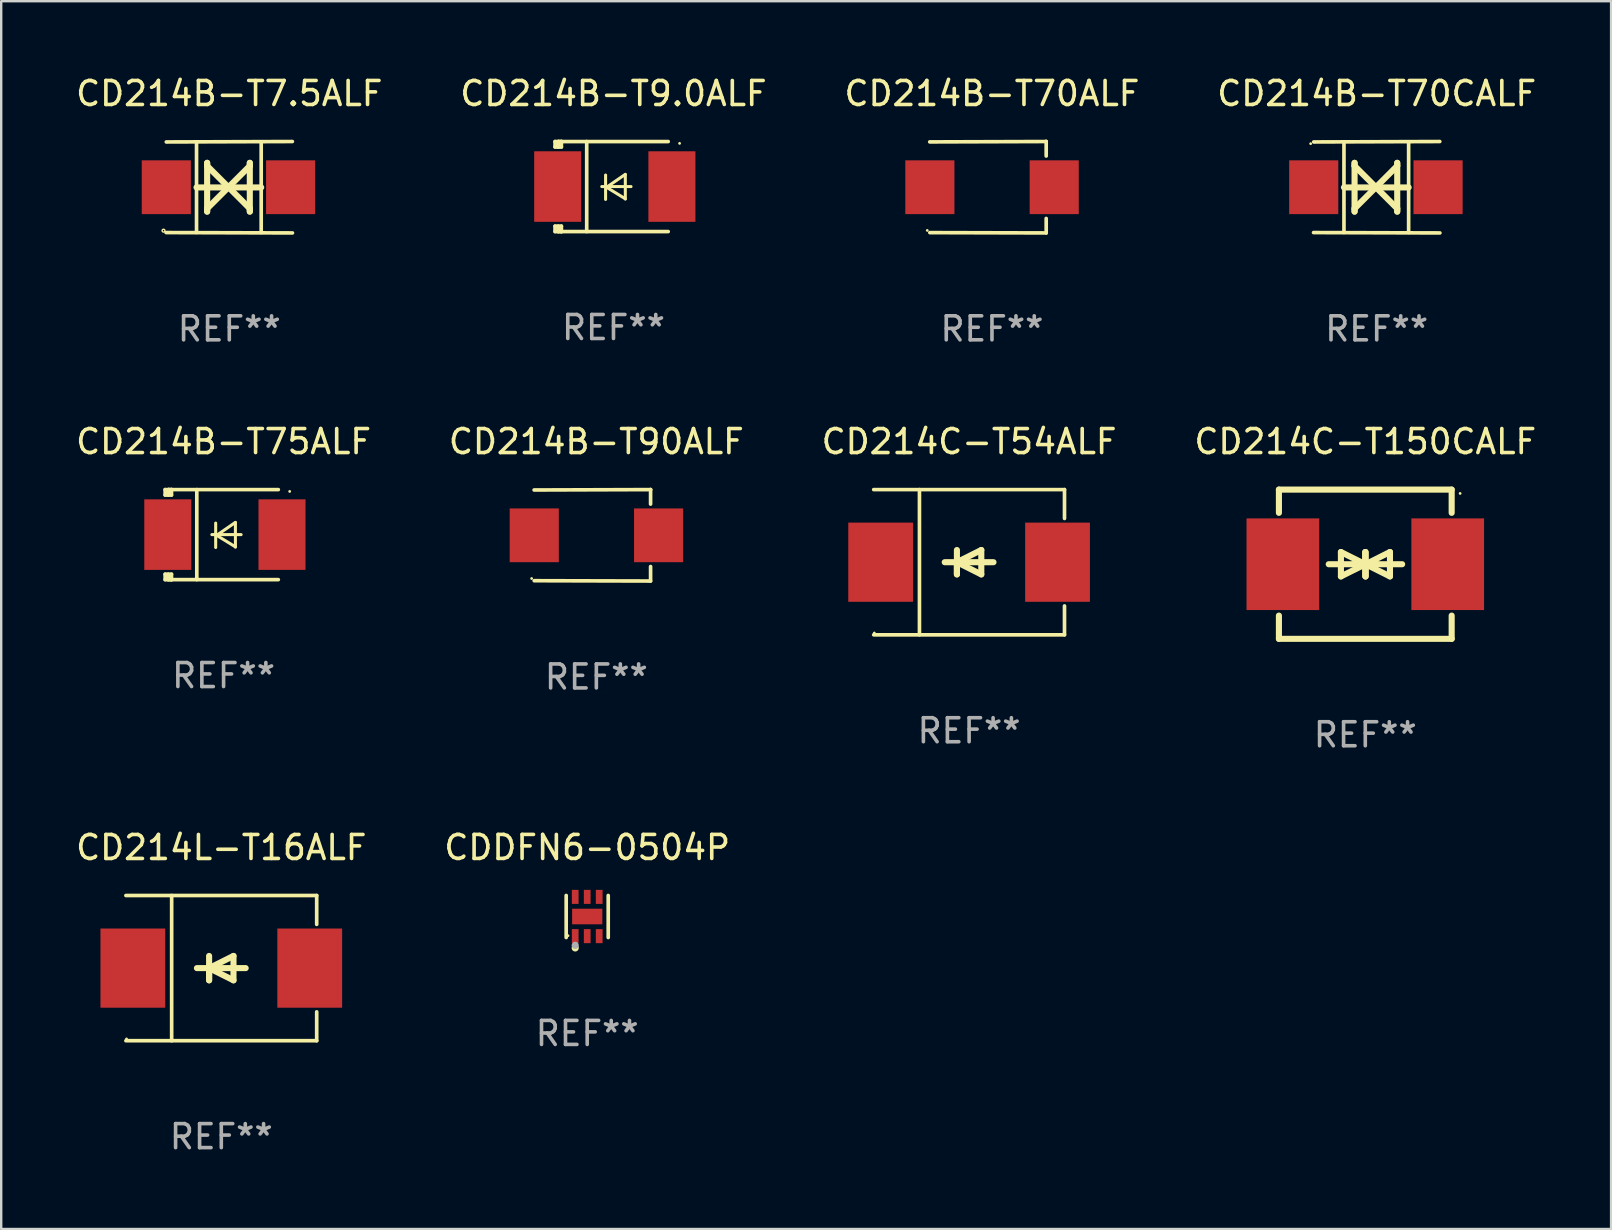
<source format=kicad_pcb>
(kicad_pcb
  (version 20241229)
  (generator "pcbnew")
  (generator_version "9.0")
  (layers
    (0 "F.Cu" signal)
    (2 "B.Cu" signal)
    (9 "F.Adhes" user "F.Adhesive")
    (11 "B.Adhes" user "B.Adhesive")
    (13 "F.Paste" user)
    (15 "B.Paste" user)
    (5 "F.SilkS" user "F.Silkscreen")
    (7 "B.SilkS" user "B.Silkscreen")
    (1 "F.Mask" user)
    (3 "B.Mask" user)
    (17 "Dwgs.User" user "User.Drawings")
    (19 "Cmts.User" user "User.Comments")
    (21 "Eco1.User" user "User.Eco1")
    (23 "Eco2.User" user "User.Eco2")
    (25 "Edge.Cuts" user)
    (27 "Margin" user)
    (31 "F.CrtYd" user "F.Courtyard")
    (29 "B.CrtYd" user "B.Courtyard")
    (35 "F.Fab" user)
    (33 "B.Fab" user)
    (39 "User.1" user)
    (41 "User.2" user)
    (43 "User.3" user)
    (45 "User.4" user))
  (footprint "CD214B-T75ALF"
    (layer "F.Cu")
    (at 6.268 19.231)
    (property "Reference" "CD214B-T75ALF" (at 0 -3.876 0) (layer "F.SilkS") (effects (font (size 1 1) (thickness 0.15))))
    (attr through_hole)
    (fp_line (start -2.435 1.65) (end -2.171 1.65) (stroke (width 0.152) (type solid)) (layer "F.SilkS"))
    (fp_line (start -2.435 1.876) (end -2.435 1.65) (stroke (width 0.152) (type solid)) (layer "F.SilkS"))
    (fp_line (start -2.435 -1.876) (end -2.171 -1.876) (stroke (width 0.152) (type solid)) (layer "F.SilkS"))
    (fp_line (start -2.435 -1.65) (end -2.435 -1.876) (stroke (width 0.152) (type solid)) (layer "F.SilkS"))
    (fp_line (start -2.305 -1.866) (end -2.295 -1.876) (stroke (width 0.152) (type solid)) (layer "F.SilkS"))
    (fp_line (start -2.305 -1.65) (end -2.305 -1.866) (stroke (width 0.152) (type solid)) (layer "F.SilkS"))
    (fp_line (start -2.305 1.876) (end -2.305 1.65) (stroke (width 0.152) (type solid)) (layer "F.SilkS"))
    (fp_line (start -2.295 -1.876) (end -2.295 -1.65) (stroke (width 0.152) (type solid)) (layer "F.SilkS"))
    (fp_line (start -2.171 1.876) (end -2.435 1.876) (stroke (width 0.152) (type solid)) (layer "F.SilkS"))
    (fp_line (start -2.171 -1.65) (end -2.435 -1.65) (stroke (width 0.152) (type solid)) (layer "F.SilkS"))
    (fp_line (start -2.171 -1.876) (end -2.295 -1.876) (stroke (width 0.152) (type solid)) (layer "F.SilkS"))
    (fp_line (start -2.171 -1.65) (end -2.171 -1.876) (stroke (width 0.152) (type solid)) (layer "F.SilkS"))
    (fp_line (start -2.171 1.876) (end -2.305 1.876) (stroke (width 0.152) (type solid)) (layer "F.SilkS"))
    (fp_line (start -2.171 1.876) (end -2.171 1.65) (stroke (width 0.152) (type solid)) (layer "F.SilkS"))
    (fp_line (start -1.116 1.876) (end -1.116 -1.876) (stroke (width 0.152) (type solid)) (layer "F.SilkS"))
    (fp_line (start -0.488 0.000102) (end 0.731 0.000102) (stroke (width 0.127) (type solid)) (layer "F.SilkS"))
    (fp_line (start -0.329 -0.48) (end -0.329 0.536) (stroke (width 0.127) (type solid)) (layer "F.SilkS"))
    (fp_line (start -0.29 0.03) (end 0.493 0.51) (stroke (width 0.127) (type solid)) (layer "F.SilkS"))
    (fp_line (start 0.493 -0.51) (end -0.29 0.03) (stroke (width 0.127) (type solid)) (layer "F.SilkS"))
    (fp_line (start 0.493 0.52) (end 0.493 -0.496) (stroke (width 0.127) (type solid)) (layer "F.SilkS"))
    (fp_line (start 2.281 -1.876) (end -2.171 -1.876) (stroke (width 0.152) (type solid)) (layer "F.SilkS"))
    (fp_line (start 2.281 1.876) (end -2.171 1.876) (stroke (width 0.152) (type solid)) (layer "F.SilkS"))
    (fp_circle (center 2.755 -1.8) (end 2.785 -1.8) (stroke (width 0.06) (type solid)) (fill no) (layer "F.SilkS"))
    (fp_text user "REF**" (at 0 5.876 0) (layer "F.Fab") (effects (font (size 1 1) (thickness 0.15))))
    (pad "1" smd rect (at 2.435 -0.000025 180) (size 1.96 2.94) (layers "F.Cu" "F.Mask" "F.Paste"))
    (pad "2" smd rect (at -2.325 -0.000025 180) (size 1.96 2.94) (layers "F.Cu" "F.Mask" "F.Paste")))
  (footprint "CD214C-T54ALF"
    (layer "F.Cu")
    (at 37.339 20.381)
    (property "Reference" "CD214C-T54ALF" (at 0 -5.026 0) (layer "F.SilkS") (effects (font (size 1 1) (thickness 0.15))))
    (attr through_hole)
    (fp_line (start -3.976 -3.026) (end 3.976 -3.026) (stroke (width 0.152) (type solid)) (layer "F.SilkS"))
    (fp_line (start -3.976 3.026) (end 3.976 3.026) (stroke (width 0.152) (type solid)) (layer "F.SilkS"))
    (fp_line (start -2.069 -3.026) (end -2.069 3.026) (stroke (width 0.152) (type solid)) (layer "F.SilkS"))
    (fp_line (start -0.508 0) (end -0.508 0.508) (stroke (width 0.254) (type solid)) (layer "F.SilkS"))
    (fp_line (start -0.508 0) (end 0.508 0.508) (stroke (width 0.254) (type solid)) (layer "F.SilkS"))
    (fp_line (start -0.508 0.508) (end -0.508 -0.508) (stroke (width 0.254) (type solid)) (layer "F.SilkS"))
    (fp_line (start 0.508 -0.508) (end -0.508 0) (stroke (width 0.254) (type solid)) (layer "F.SilkS"))
    (fp_line (start 0.508 0.508) (end 0.508 -0.508) (stroke (width 0.254) (type solid)) (layer "F.SilkS"))
    (fp_line (start 1.016 0) (end -1.016 0) (stroke (width 0.254) (type solid)) (layer "F.SilkS"))
    (fp_line (start 3.976 -3.026) (end 3.976 -1.823) (stroke (width 0.152) (type solid)) (layer "F.SilkS"))
    (fp_line (start 3.976 3.026) (end 3.976 1.823) (stroke (width 0.152) (type solid)) (layer "F.SilkS"))
    (fp_circle (center -3.95 2.95) (end -3.92 2.95) (stroke (width 0.06) (type solid)) (fill no) (layer "F.SilkS"))
    (fp_text user "REF**" (at 0 7.026 0) (layer "F.Fab") (effects (font (size 1 1) (thickness 0.15))))
    (pad "1" smd rect (at -3.686 0) (size 2.7 3.3) (layers "F.Cu" "F.Mask" "F.Paste"))
    (pad "2" smd rect (at 3.686 0) (size 2.7 3.3) (layers "F.Cu" "F.Mask" "F.Paste")))
  (footprint "CD214B-T7.5ALF"
    (layer "F.Cu")
    (at 6.506 4.753)
    (property "Reference" "CD214B-T7.5ALF" (at 0 -3.905 0) (layer "F.SilkS") (effects (font (size 1 1) (thickness 0.15))))
    (attr through_hole)
    (fp_line (start -1.365 1.886) (end -1.365 -1.886) (stroke (width 0.152) (type solid)) (layer "F.SilkS"))
    (fp_line (start -1.365 0.008) (end 1.33 0.008) (stroke (width 0.254) (type solid)) (layer "F.SilkS"))
    (fp_line (start -0.923 -1.016) (end -0.923 1.016) (stroke (width 0.254) (type solid)) (layer "F.SilkS"))
    (fp_line (start -0.923 -0.889) (end -0.923 -1.016) (stroke (width 0.254) (type solid)) (layer "F.SilkS"))
    (fp_line (start -0.923 0.889) (end -0.034 0) (stroke (width 0.254) (type solid)) (layer "F.SilkS"))
    (fp_line (start -0.923 1.016) (end -0.923 0.889) (stroke (width 0.254) (type solid)) (layer "F.SilkS"))
    (fp_line (start -0.034 0) (end -0.923 -0.889) (stroke (width 0.254) (type solid)) (layer "F.SilkS"))
    (fp_line (start -0.034 0) (end 0.855 0.889) (stroke (width 0.254) (type solid)) (layer "F.SilkS"))
    (fp_line (start 0.855 -1.016) (end 0.855 -0.889) (stroke (width 0.254) (type solid)) (layer "F.SilkS"))
    (fp_line (start 0.855 -0.889) (end -0.034 0) (stroke (width 0.254) (type solid)) (layer "F.SilkS"))
    (fp_line (start 0.855 0.889) (end 0.855 1.016) (stroke (width 0.254) (type solid)) (layer "F.SilkS"))
    (fp_line (start 0.855 1.016) (end 0.855 -1.016) (stroke (width 0.254) (type solid)) (layer "F.SilkS"))
    (fp_line (start 1.33 1.886) (end 1.33 -1.886) (stroke (width 0.152) (type solid)) (layer "F.SilkS"))
    (fp_line (start 2.629 -1.905) (end -2.625 -1.887) (stroke (width 0.152) (type solid)) (layer "F.SilkS"))
    (fp_line (start 2.633 1.905) (end -2.633 1.89) (stroke (width 0.152) (type solid)) (layer "F.SilkS"))
    (fp_circle (center -2.741 1.81) (end -2.712 1.81) (stroke (width 0.06) (type solid)) (fill no) (layer "F.SilkS"))
    (fp_text user "REF**" (at 0 5.905 0) (layer "F.Fab") (effects (font (size 1 1) (thickness 0.15))))
    (pad "1" smd rect (at -2.625 0) (size 2.047 2.241) (layers "F.Cu" "F.Mask" "F.Paste"))
    (pad "2" smd rect (at 2.557 0) (size 2.047 2.241) (layers "F.Cu" "F.Mask" "F.Paste")))
  (footprint "CD214C-T150CALF"
    (layer "F.Cu")
    (at 53.851 20.465)
    (property "Reference" "CD214C-T150CALF" (at 0 -5.11 0) (layer "F.SilkS") (effects (font (size 1 1) (thickness 0.15))))
    (attr through_hole)
    (fp_line (start -3.6 -2.141) (end -3.6 -3.11) (stroke (width 0.254) (type solid)) (layer "F.SilkS"))
    (fp_line (start -3.6 3.11) (end -3.6 2.141) (stroke (width 0.254) (type solid)) (layer "F.SilkS"))
    (fp_line (start -1.524 0) (end 0.508 0) (stroke (width 0.254) (type solid)) (layer "F.SilkS"))
    (fp_line (start -1.016 -0.508) (end -1.016 0.508) (stroke (width 0.254) (type solid)) (layer "F.SilkS"))
    (fp_line (start -1.016 0.508) (end 0 0) (stroke (width 0.254) (type solid)) (layer "F.SilkS"))
    (fp_line (start 0 -0.508) (end 0 0.508) (stroke (width 0.254) (type solid)) (layer "F.SilkS"))
    (fp_line (start 0 0) (end -1.016 -0.508) (stroke (width 0.254) (type solid)) (layer "F.SilkS"))
    (fp_line (start 0 0) (end 0 -0.508) (stroke (width 0.254) (type solid)) (layer "F.SilkS"))
    (fp_line (start 0.012 0) (end 0.012 0.508) (stroke (width 0.254) (type solid)) (layer "F.SilkS"))
    (fp_line (start 0.012 0) (end 1.028 0.508) (stroke (width 0.254) (type solid)) (layer "F.SilkS"))
    (fp_line (start 0.012 0.508) (end 0.012 -0.508) (stroke (width 0.254) (type solid)) (layer "F.SilkS"))
    (fp_line (start 1.028 -0.508) (end 0.012 0) (stroke (width 0.254) (type solid)) (layer "F.SilkS"))
    (fp_line (start 1.028 0.508) (end 1.028 -0.508) (stroke (width 0.254) (type solid)) (layer "F.SilkS"))
    (fp_line (start 1.536 0) (end -0.496 0) (stroke (width 0.254) (type solid)) (layer "F.SilkS"))
    (fp_line (start 3.6 -3.11) (end -3.6 -3.11) (stroke (width 0.254) (type solid)) (layer "F.SilkS"))
    (fp_line (start 3.6 -2.141) (end 3.6 -3.11) (stroke (width 0.254) (type solid)) (layer "F.SilkS"))
    (fp_line (start 3.6 3.11) (end -3.6 3.11) (stroke (width 0.254) (type solid)) (layer "F.SilkS"))
    (fp_line (start 3.6 3.11) (end 3.6 2.141) (stroke (width 0.254) (type solid)) (layer "F.SilkS"))
    (fp_circle (center 3.952 -2.95) (end 3.982 -2.95) (stroke (width 0.06) (type solid)) (fill no) (layer "F.SilkS"))
    (fp_text user "REF**" (at 0 7.11 0) (layer "F.Fab") (effects (font (size 1 1) (thickness 0.15))))
    (pad "1" smd rect (at 3.435 0) (size 3.03 3.82) (layers "F.Cu" "F.Mask" "F.Paste"))
    (pad "2" smd rect (at -3.435 0) (size 3.03 3.82) (layers "F.Cu" "F.Mask" "F.Paste")))
  (footprint "CD214B-T70CALF"
    (layer "F.Cu")
    (at 54.327 4.753)
    (property "Reference" "CD214B-T70CALF" (at 0 -3.905 0) (layer "F.SilkS") (effects (font (size 1 1) (thickness 0.15))))
    (attr through_hole)
    (fp_line (start -1.365 1.886) (end -1.365 -1.886) (stroke (width 0.152) (type solid)) (layer "F.SilkS"))
    (fp_line (start -1.365 0.008) (end 1.33 0.008) (stroke (width 0.254) (type solid)) (layer "F.SilkS"))
    (fp_line (start -0.923 -1.016) (end -0.923 1.016) (stroke (width 0.254) (type solid)) (layer "F.SilkS"))
    (fp_line (start -0.923 -0.889) (end -0.923 -1.016) (stroke (width 0.254) (type solid)) (layer "F.SilkS"))
    (fp_line (start -0.923 0.889) (end -0.034 0) (stroke (width 0.254) (type solid)) (layer "F.SilkS"))
    (fp_line (start -0.923 1.016) (end -0.923 0.889) (stroke (width 0.254) (type solid)) (layer "F.SilkS"))
    (fp_line (start -0.034 0) (end -0.923 -0.889) (stroke (width 0.254) (type solid)) (layer "F.SilkS"))
    (fp_line (start -0.034 0) (end 0.855 0.889) (stroke (width 0.254) (type solid)) (layer "F.SilkS"))
    (fp_line (start 0.855 -1.016) (end 0.855 -0.889) (stroke (width 0.254) (type solid)) (layer "F.SilkS"))
    (fp_line (start 0.855 -0.889) (end -0.034 0) (stroke (width 0.254) (type solid)) (layer "F.SilkS"))
    (fp_line (start 0.855 0.889) (end 0.855 1.016) (stroke (width 0.254) (type solid)) (layer "F.SilkS"))
    (fp_line (start 0.855 1.016) (end 0.855 -1.016) (stroke (width 0.254) (type solid)) (layer "F.SilkS"))
    (fp_line (start 1.33 1.886) (end 1.33 -1.886) (stroke (width 0.152) (type solid)) (layer "F.SilkS"))
    (fp_line (start 2.629 -1.905) (end -2.625 -1.887) (stroke (width 0.152) (type solid)) (layer "F.SilkS"))
    (fp_line (start 2.633 1.905) (end -2.633 1.89) (stroke (width 0.152) (type solid)) (layer "F.SilkS"))
    (fp_circle (center -2.753 -1.816) (end -2.723 -1.816) (stroke (width 0.06) (type solid)) (fill no) (layer "F.SilkS"))
    (fp_text user "REF**" (at 0 5.905 0) (layer "F.Fab") (effects (font (size 1 1) (thickness 0.15))))
    (pad "1" smd rect (at -2.625 0) (size 2.047 2.241) (layers "F.Cu" "F.Mask" "F.Paste"))
    (pad "2" smd rect (at 2.557 0) (size 2.047 2.241) (layers "F.Cu" "F.Mask" "F.Paste")))
  (footprint "CD214B-T70ALF"
    (layer "F.Cu")
    (at 38.292 4.753)
    (property "Reference" "CD214B-T70ALF" (at 0 -3.905 0) (layer "F.SilkS") (effects (font (size 1 1) (thickness 0.15))))
    (attr through_hole)
    (fp_line (start 2.256 -1.905) (end -2.594 -1.889) (stroke (width 0.152) (type solid)) (layer "F.SilkS"))
    (fp_line (start 2.256 -1.905) (end 2.26 -1.905) (stroke (width 0.152) (type solid)) (layer "F.SilkS"))
    (fp_line (start 2.26 -1.905) (end 2.26 -1.301) (stroke (width 0.152) (type solid)) (layer "F.SilkS"))
    (fp_line (start 2.26 1.301) (end 2.26 1.905) (stroke (width 0.152) (type solid)) (layer "F.SilkS"))
    (fp_line (start 2.26 1.905) (end -2.59 1.892) (stroke (width 0.152) (type solid)) (layer "F.SilkS"))
    (fp_circle (center -2.697 1.8) (end -2.667 1.8) (stroke (width 0.06) (type solid)) (fill no) (layer "F.SilkS"))
    (fp_text user "REF**" (at 0 5.905 0) (layer "F.Fab") (effects (font (size 1 1) (thickness 0.15))))
    (pad "1" smd rect (at -2.588 0) (size 2.047 2.241) (layers "F.Cu" "F.Mask" "F.Paste"))
    (pad "2" smd rect (at 2.594 0) (size 2.047 2.241) (layers "F.Cu" "F.Mask" "F.Paste")))
  (footprint "CD214L-T16ALF"
    (layer "F.Cu")
    (at 6.173 37.298)
    (property "Reference" "CD214L-T16ALF" (at 0 -5.026 0) (layer "F.SilkS") (effects (font (size 1 1) (thickness 0.15))))
    (attr through_hole)
    (fp_line (start -3.976 -3.026) (end 3.976 -3.026) (stroke (width 0.152) (type solid)) (layer "F.SilkS"))
    (fp_line (start -3.976 3.026) (end 3.976 3.026) (stroke (width 0.152) (type solid)) (layer "F.SilkS"))
    (fp_line (start -2.069 -3.026) (end -2.069 3.026) (stroke (width 0.152) (type solid)) (layer "F.SilkS"))
    (fp_line (start -0.508 0) (end -0.508 0.508) (stroke (width 0.254) (type solid)) (layer "F.SilkS"))
    (fp_line (start -0.508 0) (end 0.508 0.508) (stroke (width 0.254) (type solid)) (layer "F.SilkS"))
    (fp_line (start -0.508 0.508) (end -0.508 -0.508) (stroke (width 0.254) (type solid)) (layer "F.SilkS"))
    (fp_line (start 0.508 -0.508) (end -0.508 0) (stroke (width 0.254) (type solid)) (layer "F.SilkS"))
    (fp_line (start 0.508 0.508) (end 0.508 -0.508) (stroke (width 0.254) (type solid)) (layer "F.SilkS"))
    (fp_line (start 1.016 0) (end -1.016 0) (stroke (width 0.254) (type solid)) (layer "F.SilkS"))
    (fp_line (start 3.976 -3.026) (end 3.976 -1.823) (stroke (width 0.152) (type solid)) (layer "F.SilkS"))
    (fp_line (start 3.976 3.026) (end 3.976 1.823) (stroke (width 0.152) (type solid)) (layer "F.SilkS"))
    (fp_circle (center -3.95 2.95) (end -3.92 2.95) (stroke (width 0.06) (type solid)) (fill no) (layer "F.SilkS"))
    (fp_text user "REF**" (at 0 7.026 0) (layer "F.Fab") (effects (font (size 1 1) (thickness 0.15))))
    (pad "1" smd rect (at -3.686 0) (size 2.7 3.3) (layers "F.Cu" "F.Mask" "F.Paste"))
    (pad "2" smd rect (at 3.686 0) (size 2.7 3.3) (layers "F.Cu" "F.Mask" "F.Paste")))
  (footprint "CD214B-T9.0ALF"
    (layer "F.Cu")
    (at 22.518 4.725)
    (property "Reference" "CD214B-T9.0ALF" (at 0 -3.876 0) (layer "F.SilkS") (effects (font (size 1 1) (thickness 0.15))))
    (attr through_hole)
    (fp_line (start -2.435 1.65) (end -2.171 1.65) (stroke (width 0.152) (type solid)) (layer "F.SilkS"))
    (fp_line (start -2.435 1.876) (end -2.435 1.65) (stroke (width 0.152) (type solid)) (layer "F.SilkS"))
    (fp_line (start -2.435 -1.876) (end -2.171 -1.876) (stroke (width 0.152) (type solid)) (layer "F.SilkS"))
    (fp_line (start -2.435 -1.65) (end -2.435 -1.876) (stroke (width 0.152) (type solid)) (layer "F.SilkS"))
    (fp_line (start -2.305 -1.866) (end -2.295 -1.876) (stroke (width 0.152) (type solid)) (layer "F.SilkS"))
    (fp_line (start -2.305 -1.65) (end -2.305 -1.866) (stroke (width 0.152) (type solid)) (layer "F.SilkS"))
    (fp_line (start -2.305 1.876) (end -2.305 1.65) (stroke (width 0.152) (type solid)) (layer "F.SilkS"))
    (fp_line (start -2.295 -1.876) (end -2.295 -1.65) (stroke (width 0.152) (type solid)) (layer "F.SilkS"))
    (fp_line (start -2.171 1.876) (end -2.435 1.876) (stroke (width 0.152) (type solid)) (layer "F.SilkS"))
    (fp_line (start -2.171 -1.65) (end -2.435 -1.65) (stroke (width 0.152) (type solid)) (layer "F.SilkS"))
    (fp_line (start -2.171 -1.876) (end -2.295 -1.876) (stroke (width 0.152) (type solid)) (layer "F.SilkS"))
    (fp_line (start -2.171 -1.65) (end -2.171 -1.876) (stroke (width 0.152) (type solid)) (layer "F.SilkS"))
    (fp_line (start -2.171 1.876) (end -2.305 1.876) (stroke (width 0.152) (type solid)) (layer "F.SilkS"))
    (fp_line (start -2.171 1.876) (end -2.171 1.65) (stroke (width 0.152) (type solid)) (layer "F.SilkS"))
    (fp_line (start -1.116 1.876) (end -1.116 -1.876) (stroke (width 0.152) (type solid)) (layer "F.SilkS"))
    (fp_line (start -0.488 0.000102) (end 0.731 0.000102) (stroke (width 0.127) (type solid)) (layer "F.SilkS"))
    (fp_line (start -0.329 -0.48) (end -0.329 0.536) (stroke (width 0.127) (type solid)) (layer "F.SilkS"))
    (fp_line (start -0.29 0.03) (end 0.493 0.51) (stroke (width 0.127) (type solid)) (layer "F.SilkS"))
    (fp_line (start 0.493 -0.51) (end -0.29 0.03) (stroke (width 0.127) (type solid)) (layer "F.SilkS"))
    (fp_line (start 0.493 0.52) (end 0.493 -0.496) (stroke (width 0.127) (type solid)) (layer "F.SilkS"))
    (fp_line (start 2.281 -1.876) (end -2.171 -1.876) (stroke (width 0.152) (type solid)) (layer "F.SilkS"))
    (fp_line (start 2.281 1.876) (end -2.171 1.876) (stroke (width 0.152) (type solid)) (layer "F.SilkS"))
    (fp_circle (center 2.755 -1.8) (end 2.785 -1.8) (stroke (width 0.06) (type solid)) (fill no) (layer "F.SilkS"))
    (fp_text user "REF**" (at 0 5.876 0) (layer "F.Fab") (effects (font (size 1 1) (thickness 0.15))))
    (pad "1" smd rect (at 2.435 -0.000025 180) (size 1.96 2.94) (layers "F.Cu" "F.Mask" "F.Paste"))
    (pad "2" smd rect (at -2.325 -0.000025 180) (size 1.96 2.94) (layers "F.Cu" "F.Mask" "F.Paste")))
  (footprint "CDDFN6-0504P"
    (layer "F.Cu")
    (at 21.423 35.147)
    (property "Reference" "CDDFN6-0504P" (at 0 -2.876 0) (layer "F.SilkS") (effects (font (size 1 1) (thickness 0.15))))
    (attr through_hole)
    (fp_line (start -0.876 0.876) (end -0.876 -0.876) (stroke (width 0.152) (type solid)) (layer "F.SilkS"))
    (fp_line (start 0.876 0.876) (end 0.876 -0.876) (stroke (width 0.152) (type solid)) (layer "F.SilkS"))
    (fp_circle (center -0.8 0.8) (end -0.77 0.8) (stroke (width 0.06) (type solid)) (fill no) (layer "F.SilkS"))
    (fp_circle (center -0.5 1.31) (end -0.425 1.31) (stroke (width 0.15) (type solid)) (fill no) (layer "F.SilkS"))
    (fp_circle (center -0.5 1.2) (end -0.425 1.2) (stroke (width 0.15) (type solid)) (fill no) (layer "F.Fab"))
    (fp_text user "REF**" (at 0 4.876 0) (layer "F.Fab") (effects (font (size 1 1) (thickness 0.15))))
    (pad "1" smd rect (at -0.5 0.818) (size 0.28 0.585) (layers "F.Cu" "F.Mask" "F.Paste"))
    (pad "2" smd rect (at 0 0.818) (size 0.28 0.585) (layers "F.Cu" "F.Mask" "F.Paste"))
    (pad "3" smd rect (at 0.5 0.818) (size 0.28 0.585) (layers "F.Cu" "F.Mask" "F.Paste"))
    (pad "4" smd rect (at 0.5 -0.818) (size 0.28 0.585) (layers "F.Cu" "F.Mask" "F.Paste"))
    (pad "5" smd rect (at 0 -0.818) (size 0.28 0.585) (layers "F.Cu" "F.Mask" "F.Paste"))
    (pad "6" smd rect (at -0.5 -0.818) (size 0.28 0.585) (layers "F.Cu" "F.Mask" "F.Paste"))
    (pad "7" smd rect (at 0 0) (size 1.26 0.65) (layers "F.Cu" "F.Mask" "F.Paste")))
  (footprint "CD214B-T90ALF"
    (layer "F.Cu")
    (at 21.804 19.26)
    (property "Reference" "CD214B-T90ALF" (at 0 -3.905 0) (layer "F.SilkS") (effects (font (size 1 1) (thickness 0.15))))
    (attr through_hole)
    (fp_line (start 2.256 -1.905) (end -2.594 -1.889) (stroke (width 0.152) (type solid)) (layer "F.SilkS"))
    (fp_line (start 2.256 -1.905) (end 2.26 -1.905) (stroke (width 0.152) (type solid)) (layer "F.SilkS"))
    (fp_line (start 2.26 -1.905) (end 2.26 -1.301) (stroke (width 0.152) (type solid)) (layer "F.SilkS"))
    (fp_line (start 2.26 1.301) (end 2.26 1.905) (stroke (width 0.152) (type solid)) (layer "F.SilkS"))
    (fp_line (start 2.26 1.905) (end -2.59 1.892) (stroke (width 0.152) (type solid)) (layer "F.SilkS"))
    (fp_circle (center -2.697 1.8) (end -2.667 1.8) (stroke (width 0.06) (type solid)) (fill no) (layer "F.SilkS"))
    (fp_text user "REF**" (at 0 5.905 0) (layer "F.Fab") (effects (font (size 1 1) (thickness 0.15))))
    (pad "1" smd rect (at -2.588 0) (size 2.047 2.241) (layers "F.Cu" "F.Mask" "F.Paste"))
    (pad "2" smd rect (at 2.594 0) (size 2.047 2.241) (layers "F.Cu" "F.Mask" "F.Paste")))
  (gr_rect
    (start -3 -3)
    (end 64.095 48.172)
    (stroke (width 0.1) (type default))
    (fill no)
    (layer "Edge.Cuts")))
</source>
